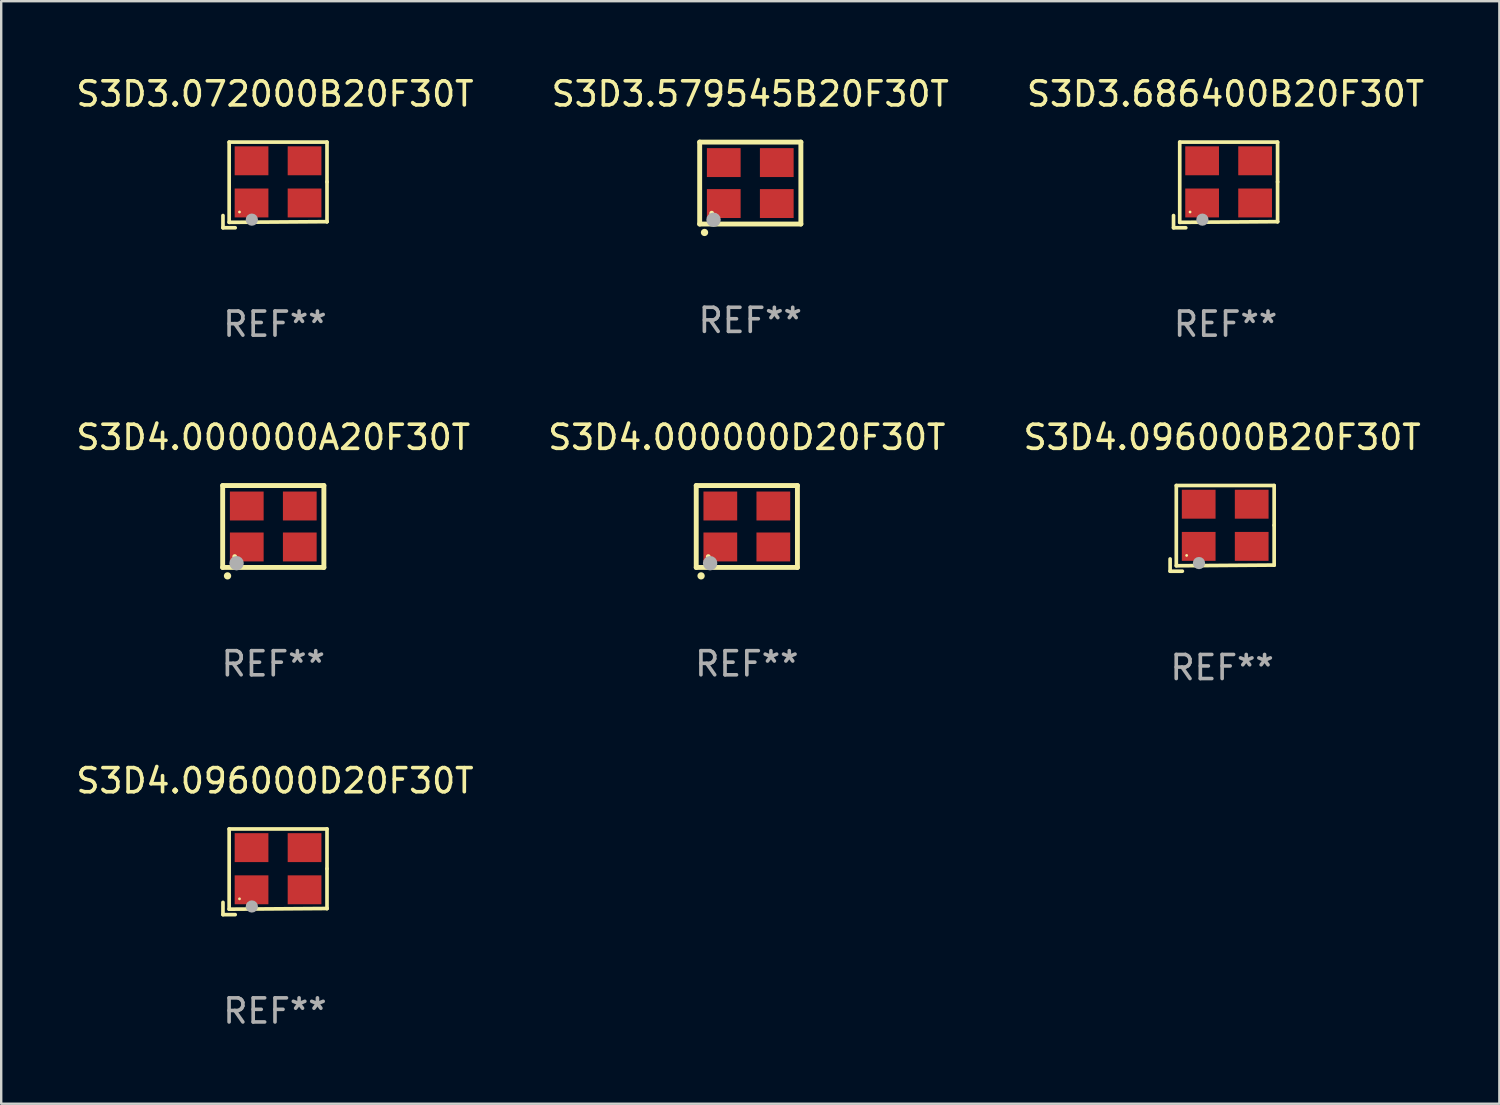
<source format=kicad_pcb>
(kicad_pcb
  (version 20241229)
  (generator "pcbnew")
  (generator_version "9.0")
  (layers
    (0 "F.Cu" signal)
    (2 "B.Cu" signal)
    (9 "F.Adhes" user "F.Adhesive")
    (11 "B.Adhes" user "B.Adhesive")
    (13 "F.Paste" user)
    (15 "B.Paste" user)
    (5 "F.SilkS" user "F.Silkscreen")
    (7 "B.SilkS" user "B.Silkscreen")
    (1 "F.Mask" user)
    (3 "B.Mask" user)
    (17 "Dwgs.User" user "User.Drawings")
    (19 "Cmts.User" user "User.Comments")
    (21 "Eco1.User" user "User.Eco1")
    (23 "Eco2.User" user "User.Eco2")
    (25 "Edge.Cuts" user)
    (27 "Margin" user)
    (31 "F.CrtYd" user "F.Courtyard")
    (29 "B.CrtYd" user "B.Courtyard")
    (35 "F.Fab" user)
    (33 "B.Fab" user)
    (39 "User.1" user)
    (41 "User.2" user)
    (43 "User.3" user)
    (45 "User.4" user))
  (footprint "S3D4.000000A20F30T"
    (layer "F.Cu")
    (at 8.292 18.801)
    (property "Reference" "S3D4.000000A20F30T" (at 0 -3.7 0) (layer "F.SilkS") (effects (font (size 1 1) (thickness 0.15))))
    (attr through_hole)
    (fp_line (start -2.1 -1.7) (end -2.1 1.7) (stroke (width 0.203) (type solid)) (layer "F.SilkS"))
    (fp_line (start -2.1 1.7) (end 2.1 1.7) (stroke (width 0.203) (type solid)) (layer "F.SilkS"))
    (fp_line (start 2.1 -1.7) (end -2.1 -1.7) (stroke (width 0.203) (type solid)) (layer "F.SilkS"))
    (fp_line (start 2.1 1.7) (end 2.1 -1.7) (stroke (width 0.203) (type solid)) (layer "F.SilkS"))
    (fp_arc (start -1.899924 2.049784) (mid -1.898654 2.049779) (end -1.897384 2.049784) (stroke (width 0.3) (type solid)) (layer "F.SilkS"))
    (fp_circle (center -1.6 1.25) (end -1.55 1.25) (stroke (width 0.1) (type solid)) (fill no) (layer "F.SilkS"))
    (fp_circle (center -1.524 1.524) (end -1.374 1.524) (stroke (width 0.3) (type solid)) (fill no) (layer "F.Fab"))
    (fp_text user "REF**" (at 0 5.7 0) (layer "F.Fab") (effects (font (size 1 1) (thickness 0.15))))
    (pad "1" smd rect (at -1.1 0.85) (size 1.4 1.2) (layers "F.Cu" "F.Mask" "F.Paste"))
    (pad "2" smd rect (at 1.1 0.85) (size 1.4 1.2) (layers "F.Cu" "F.Mask" "F.Paste"))
    (pad "3" smd rect (at 1.1 -0.85) (size 1.4 1.2) (layers "F.Cu" "F.Mask" "F.Paste"))
    (pad "4" smd rect (at -1.1 -0.85) (size 1.4 1.2) (layers "F.Cu" "F.Mask" "F.Paste")))
  (footprint "S3D3.579545B20F30T"
    (layer "F.Cu")
    (at 28.089 4.548)
    (property "Reference" "S3D3.579545B20F30T" (at 0 -3.7 0) (layer "F.SilkS") (effects (font (size 1 1) (thickness 0.15))))
    (attr through_hole)
    (fp_line (start -2.1 -1.7) (end -2.1 1.7) (stroke (width 0.203) (type solid)) (layer "F.SilkS"))
    (fp_line (start -2.1 1.7) (end 2.1 1.7) (stroke (width 0.203) (type solid)) (layer "F.SilkS"))
    (fp_line (start 2.1 -1.7) (end -2.1 -1.7) (stroke (width 0.203) (type solid)) (layer "F.SilkS"))
    (fp_line (start 2.1 1.7) (end 2.1 -1.7) (stroke (width 0.203) (type solid)) (layer "F.SilkS"))
    (fp_arc (start -1.899924 2.049784) (mid -1.898654 2.049779) (end -1.897384 2.049784) (stroke (width 0.3) (type solid)) (layer "F.SilkS"))
    (fp_circle (center -1.6 1.25) (end -1.55 1.25) (stroke (width 0.1) (type solid)) (fill no) (layer "F.SilkS"))
    (fp_circle (center -1.524 1.524) (end -1.374 1.524) (stroke (width 0.3) (type solid)) (fill no) (layer "F.Fab"))
    (fp_text user "REF**" (at 0 5.7 0) (layer "F.Fab") (effects (font (size 1 1) (thickness 0.15))))
    (pad "1" smd rect (at -1.1 0.85) (size 1.4 1.2) (layers "F.Cu" "F.Mask" "F.Paste"))
    (pad "2" smd rect (at 1.1 0.85) (size 1.4 1.2) (layers "F.Cu" "F.Mask" "F.Paste"))
    (pad "3" smd rect (at 1.1 -0.85) (size 1.4 1.2) (layers "F.Cu" "F.Mask" "F.Paste"))
    (pad "4" smd rect (at -1.1 -0.85) (size 1.4 1.2) (layers "F.Cu" "F.Mask" "F.Paste")))
  (footprint "S3D4.096000B20F30T"
    (layer "F.Cu")
    (at 47.673 18.879)
    (property "Reference" "S3D4.096000B20F30T" (at 0 -3.778 0) (layer "F.SilkS") (effects (font (size 1 1) (thickness 0.15))))
    (attr through_hole)
    (fp_line (start -2.159 1.27) (end -2.159 1.778) (stroke (width 0.152) (type solid)) (layer "F.SilkS"))
    (fp_line (start -2.159 1.778) (end -1.651 1.778) (stroke (width 0.152) (type solid)) (layer "F.SilkS"))
    (fp_line (start -1.902 -1.778) (end 2.159 -1.778) (stroke (width 0.152) (type solid)) (layer "F.SilkS"))
    (fp_line (start -1.902 1.552) (end -1.902 -1.778) (stroke (width 0.152) (type solid)) (layer "F.SilkS"))
    (fp_line (start 2.159 -1.778) (end 2.159 -0.127) (stroke (width 0.152) (type solid)) (layer "F.SilkS"))
    (fp_line (start 2.159 -0.127) (end 2.159 1.524) (stroke (width 0.152) (type solid)) (layer "F.SilkS"))
    (fp_line (start 2.159 1.524) (end -1.902 1.552) (stroke (width 0.152) (type solid)) (layer "F.SilkS"))
    (fp_line (start 2.159 1.524) (end 2.159 1.524) (stroke (width 0.152) (type solid)) (layer "F.SilkS"))
    (fp_circle (center -1.473 1.123) (end -1.443 1.123) (stroke (width 0.06) (type solid)) (fill no) (layer "F.SilkS"))
    (fp_circle (center -0.961 1.44) (end -0.834 1.44) (stroke (width 0.254) (type solid)) (fill no) (layer "F.Fab"))
    (fp_text user "REF**" (at 0 5.778 0) (layer "F.Fab") (effects (font (size 1 1) (thickness 0.15))))
    (pad "1" smd rect (at -0.973 0.748) (size 1.4 1.2) (layers "F.Cu" "F.Mask" "F.Paste"))
    (pad "2" smd rect (at 1.227 0.748) (size 1.4 1.2) (layers "F.Cu" "F.Mask" "F.Paste"))
    (pad "3" smd rect (at 1.227 -1.002) (size 1.4 1.2) (layers "F.Cu" "F.Mask" "F.Paste"))
    (pad "4" smd rect (at -0.973 -1.002) (size 1.4 1.2) (layers "F.Cu" "F.Mask" "F.Paste")))
  (footprint "S3D4.096000D20F30T"
    (layer "F.Cu")
    (at 8.363 33.132)
    (property "Reference" "S3D4.096000D20F30T" (at 0 -3.778 0) (layer "F.SilkS") (effects (font (size 1 1) (thickness 0.15))))
    (attr through_hole)
    (fp_line (start -2.159 1.27) (end -2.159 1.778) (stroke (width 0.152) (type solid)) (layer "F.SilkS"))
    (fp_line (start -2.159 1.778) (end -1.651 1.778) (stroke (width 0.152) (type solid)) (layer "F.SilkS"))
    (fp_line (start -1.902 -1.778) (end 2.159 -1.778) (stroke (width 0.152) (type solid)) (layer "F.SilkS"))
    (fp_line (start -1.902 1.552) (end -1.902 -1.778) (stroke (width 0.152) (type solid)) (layer "F.SilkS"))
    (fp_line (start 2.159 -1.778) (end 2.159 -0.127) (stroke (width 0.152) (type solid)) (layer "F.SilkS"))
    (fp_line (start 2.159 -0.127) (end 2.159 1.524) (stroke (width 0.152) (type solid)) (layer "F.SilkS"))
    (fp_line (start 2.159 1.524) (end -1.902 1.552) (stroke (width 0.152) (type solid)) (layer "F.SilkS"))
    (fp_line (start 2.159 1.524) (end 2.159 1.524) (stroke (width 0.152) (type solid)) (layer "F.SilkS"))
    (fp_circle (center -1.473 1.123) (end -1.443 1.123) (stroke (width 0.06) (type solid)) (fill no) (layer "F.SilkS"))
    (fp_circle (center -0.961 1.44) (end -0.834 1.44) (stroke (width 0.254) (type solid)) (fill no) (layer "F.Fab"))
    (fp_text user "REF**" (at 0 5.778 0) (layer "F.Fab") (effects (font (size 1 1) (thickness 0.15))))
    (pad "1" smd rect (at -0.973 0.748) (size 1.4 1.2) (layers "F.Cu" "F.Mask" "F.Paste"))
    (pad "2" smd rect (at 1.227 0.748) (size 1.4 1.2) (layers "F.Cu" "F.Mask" "F.Paste"))
    (pad "3" smd rect (at 1.227 -1.002) (size 1.4 1.2) (layers "F.Cu" "F.Mask" "F.Paste"))
    (pad "4" smd rect (at -0.973 -1.002) (size 1.4 1.2) (layers "F.Cu" "F.Mask" "F.Paste")))
  (footprint "S3D3.072000B20F30T"
    (layer "F.Cu")
    (at 8.363 4.626)
    (property "Reference" "S3D3.072000B20F30T" (at 0 -3.778 0) (layer "F.SilkS") (effects (font (size 1 1) (thickness 0.15))))
    (attr through_hole)
    (fp_line (start -2.159 1.27) (end -2.159 1.778) (stroke (width 0.152) (type solid)) (layer "F.SilkS"))
    (fp_line (start -2.159 1.778) (end -1.651 1.778) (stroke (width 0.152) (type solid)) (layer "F.SilkS"))
    (fp_line (start -1.902 -1.778) (end 2.159 -1.778) (stroke (width 0.152) (type solid)) (layer "F.SilkS"))
    (fp_line (start -1.902 1.552) (end -1.902 -1.778) (stroke (width 0.152) (type solid)) (layer "F.SilkS"))
    (fp_line (start 2.159 -1.778) (end 2.159 -0.127) (stroke (width 0.152) (type solid)) (layer "F.SilkS"))
    (fp_line (start 2.159 -0.127) (end 2.159 1.524) (stroke (width 0.152) (type solid)) (layer "F.SilkS"))
    (fp_line (start 2.159 1.524) (end -1.902 1.552) (stroke (width 0.152) (type solid)) (layer "F.SilkS"))
    (fp_line (start 2.159 1.524) (end 2.159 1.524) (stroke (width 0.152) (type solid)) (layer "F.SilkS"))
    (fp_circle (center -1.473 1.123) (end -1.443 1.123) (stroke (width 0.06) (type solid)) (fill no) (layer "F.SilkS"))
    (fp_circle (center -0.961 1.44) (end -0.834 1.44) (stroke (width 0.254) (type solid)) (fill no) (layer "F.Fab"))
    (fp_text user "REF**" (at 0 5.778 0) (layer "F.Fab") (effects (font (size 1 1) (thickness 0.15))))
    (pad "1" smd rect (at -0.973 0.748) (size 1.4 1.2) (layers "F.Cu" "F.Mask" "F.Paste"))
    (pad "2" smd rect (at 1.227 0.748) (size 1.4 1.2) (layers "F.Cu" "F.Mask" "F.Paste"))
    (pad "3" smd rect (at 1.227 -1.002) (size 1.4 1.2) (layers "F.Cu" "F.Mask" "F.Paste"))
    (pad "4" smd rect (at -0.973 -1.002) (size 1.4 1.2) (layers "F.Cu" "F.Mask" "F.Paste")))
  (footprint "S3D3.686400B20F30T"
    (layer "F.Cu")
    (at 47.815 4.626)
    (property "Reference" "S3D3.686400B20F30T" (at 0 -3.778 0) (layer "F.SilkS") (effects (font (size 1 1) (thickness 0.15))))
    (attr through_hole)
    (fp_line (start -2.159 1.27) (end -2.159 1.778) (stroke (width 0.152) (type solid)) (layer "F.SilkS"))
    (fp_line (start -2.159 1.778) (end -1.651 1.778) (stroke (width 0.152) (type solid)) (layer "F.SilkS"))
    (fp_line (start -1.902 -1.778) (end 2.159 -1.778) (stroke (width 0.152) (type solid)) (layer "F.SilkS"))
    (fp_line (start -1.902 1.552) (end -1.902 -1.778) (stroke (width 0.152) (type solid)) (layer "F.SilkS"))
    (fp_line (start 2.159 -1.778) (end 2.159 -0.127) (stroke (width 0.152) (type solid)) (layer "F.SilkS"))
    (fp_line (start 2.159 -0.127) (end 2.159 1.524) (stroke (width 0.152) (type solid)) (layer "F.SilkS"))
    (fp_line (start 2.159 1.524) (end -1.902 1.552) (stroke (width 0.152) (type solid)) (layer "F.SilkS"))
    (fp_line (start 2.159 1.524) (end 2.159 1.524) (stroke (width 0.152) (type solid)) (layer "F.SilkS"))
    (fp_circle (center -1.473 1.123) (end -1.443 1.123) (stroke (width 0.06) (type solid)) (fill no) (layer "F.SilkS"))
    (fp_circle (center -0.961 1.44) (end -0.834 1.44) (stroke (width 0.254) (type solid)) (fill no) (layer "F.Fab"))
    (fp_text user "REF**" (at 0 5.778 0) (layer "F.Fab") (effects (font (size 1 1) (thickness 0.15))))
    (pad "1" smd rect (at -0.973 0.748) (size 1.4 1.2) (layers "F.Cu" "F.Mask" "F.Paste"))
    (pad "2" smd rect (at 1.227 0.748) (size 1.4 1.2) (layers "F.Cu" "F.Mask" "F.Paste"))
    (pad "3" smd rect (at 1.227 -1.002) (size 1.4 1.2) (layers "F.Cu" "F.Mask" "F.Paste"))
    (pad "4" smd rect (at -0.973 -1.002) (size 1.4 1.2) (layers "F.Cu" "F.Mask" "F.Paste")))
  (footprint "S3D4.000000D20F30T"
    (layer "F.Cu")
    (at 27.946 18.801)
    (property "Reference" "S3D4.000000D20F30T" (at 0 -3.7 0) (layer "F.SilkS") (effects (font (size 1 1) (thickness 0.15))))
    (attr through_hole)
    (fp_line (start -2.1 -1.7) (end -2.1 1.7) (stroke (width 0.203) (type solid)) (layer "F.SilkS"))
    (fp_line (start -2.1 1.7) (end 2.1 1.7) (stroke (width 0.203) (type solid)) (layer "F.SilkS"))
    (fp_line (start 2.1 -1.7) (end -2.1 -1.7) (stroke (width 0.203) (type solid)) (layer "F.SilkS"))
    (fp_line (start 2.1 1.7) (end 2.1 -1.7) (stroke (width 0.203) (type solid)) (layer "F.SilkS"))
    (fp_arc (start -1.899924 2.049784) (mid -1.898654 2.049779) (end -1.897384 2.049784) (stroke (width 0.3) (type solid)) (layer "F.SilkS"))
    (fp_circle (center -1.6 1.25) (end -1.55 1.25) (stroke (width 0.1) (type solid)) (fill no) (layer "F.SilkS"))
    (fp_circle (center -1.524 1.524) (end -1.374 1.524) (stroke (width 0.3) (type solid)) (fill no) (layer "F.Fab"))
    (fp_text user "REF**" (at 0 5.7 0) (layer "F.Fab") (effects (font (size 1 1) (thickness 0.15))))
    (pad "1" smd rect (at -1.1 0.85) (size 1.4 1.2) (layers "F.Cu" "F.Mask" "F.Paste"))
    (pad "2" smd rect (at 1.1 0.85) (size 1.4 1.2) (layers "F.Cu" "F.Mask" "F.Paste"))
    (pad "3" smd rect (at 1.1 -0.85) (size 1.4 1.2) (layers "F.Cu" "F.Mask" "F.Paste"))
    (pad "4" smd rect (at -1.1 -0.85) (size 1.4 1.2) (layers "F.Cu" "F.Mask" "F.Paste")))
  (gr_rect
    (start -3 -3)
    (end 59.179 42.758)
    (stroke (width 0.1) (type default))
    (fill no)
    (layer "Edge.Cuts")))
</source>
